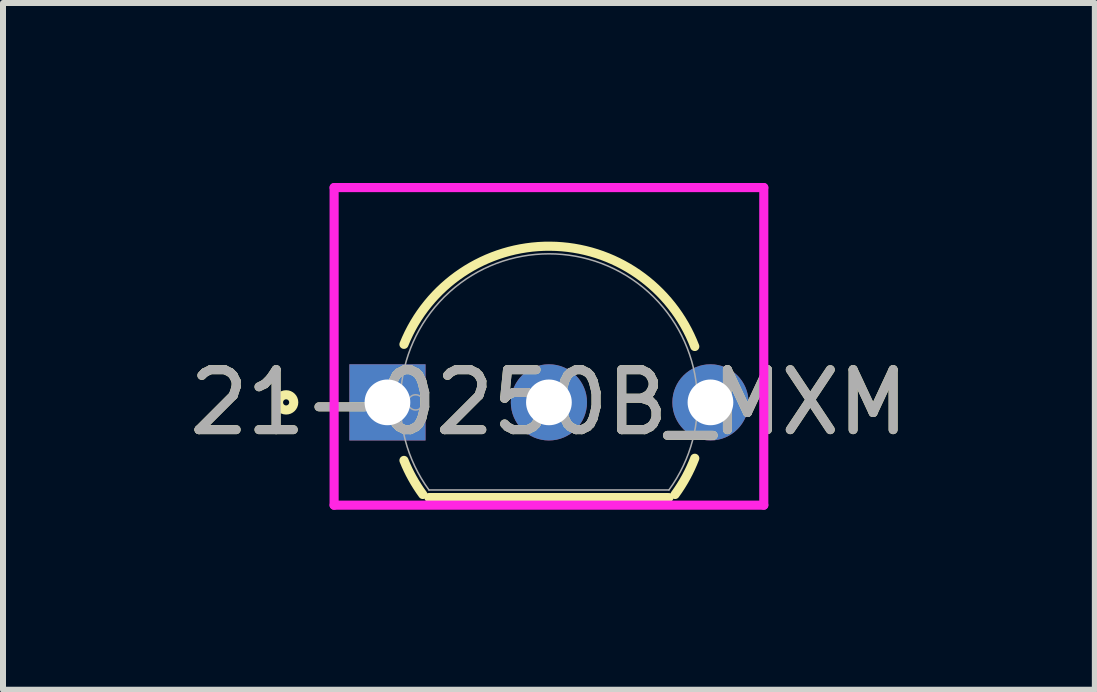
<source format=kicad_pcb>
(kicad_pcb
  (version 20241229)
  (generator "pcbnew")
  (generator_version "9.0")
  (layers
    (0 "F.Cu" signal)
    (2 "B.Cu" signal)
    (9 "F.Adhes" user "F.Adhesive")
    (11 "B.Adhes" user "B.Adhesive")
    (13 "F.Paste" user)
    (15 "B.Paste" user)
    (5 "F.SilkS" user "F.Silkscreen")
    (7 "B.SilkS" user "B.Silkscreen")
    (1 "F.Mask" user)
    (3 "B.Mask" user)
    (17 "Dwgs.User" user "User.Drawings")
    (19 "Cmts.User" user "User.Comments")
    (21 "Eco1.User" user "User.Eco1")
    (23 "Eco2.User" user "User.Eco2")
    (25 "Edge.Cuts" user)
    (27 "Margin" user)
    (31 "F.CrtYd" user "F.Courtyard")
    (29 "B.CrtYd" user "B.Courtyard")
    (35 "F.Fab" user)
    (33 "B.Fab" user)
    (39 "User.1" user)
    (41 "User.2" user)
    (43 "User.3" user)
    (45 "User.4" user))
  (footprint "21-0250B_MXM"
    (layer "F.Cu")
    (at 3.409 3.658)
    (property "Reference" "21-0250B_MXM" (at 2.692 0 0) (unlocked yes) (layer "F.SilkS") (effects (font (size 1 1) (thickness 0.15))))
    (attr through_hole)
    (fp_line (start 0.692 1.587) (end 4.692 1.587) (stroke (width 0.152) (type solid)) (layer "F.SilkS"))
    (fp_arc (start 0.275442 -0.967742) (mid 2.711711 -2.603428) (end 5.123448 -0.931781) (stroke (width 0.1524) (type solid)) (layer "F.SilkS"))
    (fp_arc (start 0.58984 1.5354) (mid 0.414886 1.261404) (end 0.275442 0.967742) (stroke (width 0.1524) (type solid)) (layer "F.SilkS"))
    (fp_arc (start 5.123448 0.931781) (mid 4.979209 1.244475) (end 4.794963 1.535397) (stroke (width 0.1524) (type solid)) (layer "F.SilkS"))
    (fp_circle (center -1.689 0) (end -1.562 0) (stroke (width 0.152) (type solid)) (fill no) (layer "F.SilkS"))
    (fp_line (start -0.889 -3.581) (end 6.274 -3.581) (stroke (width 0.152) (type solid)) (layer "F.CrtYd"))
    (fp_line (start -0.889 1.714) (end -0.889 -3.581) (stroke (width 0.152) (type solid)) (layer "F.CrtYd"))
    (fp_line (start 6.274 -3.581) (end 6.274 1.714) (stroke (width 0.152) (type solid)) (layer "F.CrtYd"))
    (fp_line (start 6.274 1.714) (end -0.889 1.714) (stroke (width 0.152) (type solid)) (layer "F.CrtYd"))
    (fp_line (start -0.254 0) (end 0.254 0) (stroke (width 0.152) (type solid)) (layer "F.Fab"))
    (fp_line (start 0 0.254) (end 0 -0.254) (stroke (width 0.152) (type solid)) (layer "F.Fab"))
    (fp_line (start 0.692 1.46) (end 4.692 1.46) (stroke (width 0.025) (type solid)) (layer "F.Fab"))
    (fp_arc (start 0.692401 1.460499) (mid 2.6924 -2.4765) (end 4.692398 1.4605) (stroke (width 0.0254) (type solid)) (layer "F.Fab"))
    (fp_circle (center 0.47 0) (end 0.597 0) (stroke (width 0.025) (type solid)) (fill no) (layer "F.Fab"))
    (fp_text user "${REFERENCE}" (at 2.692 0 0) (unlocked yes) (layer "F.Fab") (effects (font (size 1 1) (thickness 0.15))))
    (pad "1" thru_hole rect (at 0 0) (size 1.27 1.27) (drill 0.762) (layers "*.Cu" "*.Mask"))
    (pad "2" thru_hole circle (at 2.692 0) (size 1.27 1.27) (drill 0.762) (layers "*.Cu" "*.Mask"))
    (pad "3" thru_hole circle (at 5.385 0) (size 1.27 1.27) (drill 0.762) (layers "*.Cu" "*.Mask")))
  (gr_rect
    (start -3 -3)
    (end 15.202 8.448)
    (stroke (width 0.1) (type default))
    (fill no)
    (layer "Edge.Cuts")))
</source>
